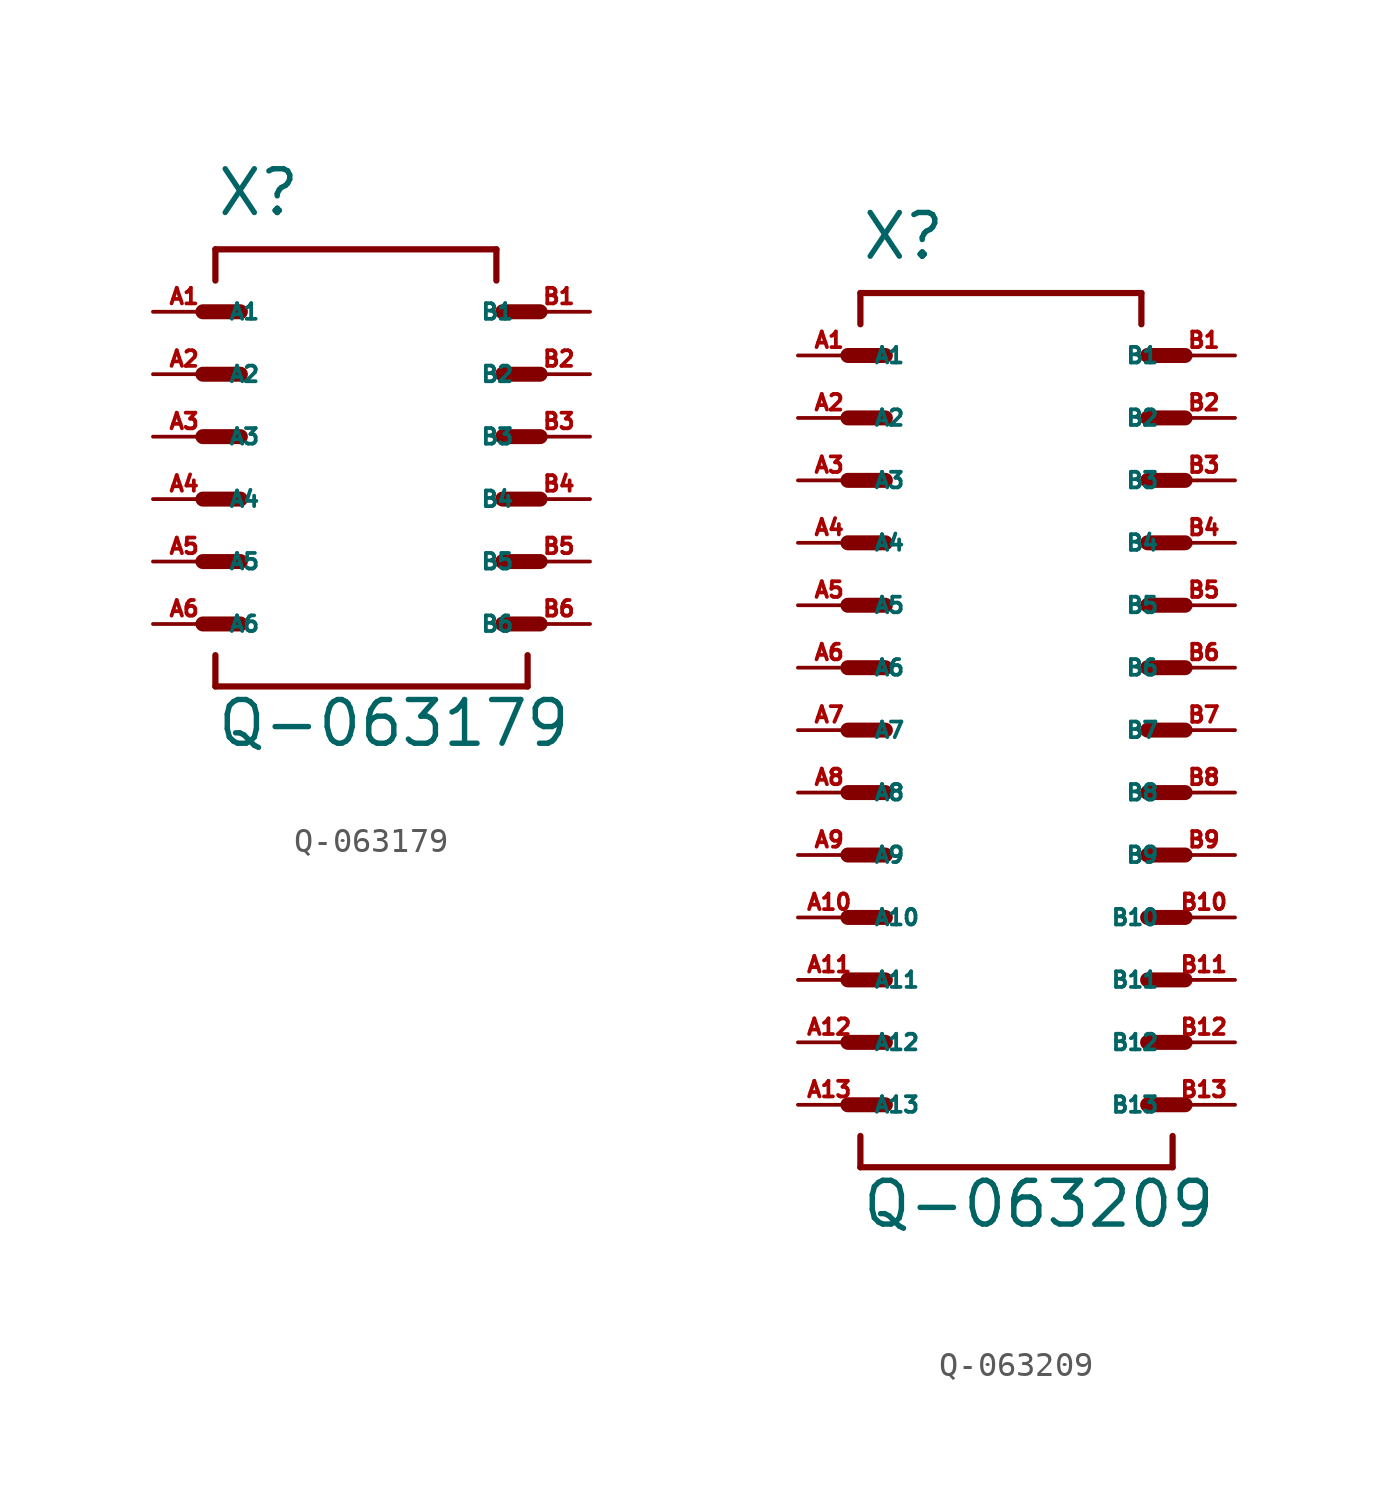
<source format=kicad_sym>
(kicad_symbol_lib
  (version 20220914)
  (generator Eagle2Kicad)
  (symbol "Q-063179"
    (property "Reference" "X"
      (at -5.08 8.89 0)
      (effects (font (size 1.778 1.778) (thickness 0.22)) (justify left bottom)))
    (property "Value" "Q-063179"
      (at -5.08 -12.7 0)
      (effects (font (size 1.778 1.778) (thickness 0.22)) (justify left bottom)))
    (polyline
      (pts (xy -5.588 5.08) (xy -4.064 5.08))
      (stroke (width 0.61) (type default))
      (fill (type none)))
    (polyline
      (pts (xy -5.588 2.54) (xy -4.064 2.54))
      (stroke (width 0.61) (type default))
      (fill (type none)))
    (polyline
      (pts (xy -5.588 0) (xy -4.064 0))
      (stroke (width 0.61) (type default))
      (fill (type none)))
    (polyline
      (pts (xy -5.588 -2.54) (xy -4.064 -2.54))
      (stroke (width 0.61) (type default))
      (fill (type none)))
    (polyline
      (pts (xy -5.588 -5.08) (xy -4.064 -5.08))
      (stroke (width 0.61) (type default))
      (fill (type none)))
    (polyline
      (pts (xy -5.588 -7.62) (xy -4.064 -7.62))
      (stroke (width 0.61) (type default))
      (fill (type none)))
    (polyline
      (pts (xy 8.128 -7.62) (xy 6.604 -7.62))
      (stroke (width 0.61) (type default))
      (fill (type none)))
    (polyline
      (pts (xy 8.128 -5.08) (xy 6.604 -5.08))
      (stroke (width 0.61) (type default))
      (fill (type none)))
    (polyline
      (pts (xy 8.128 -2.54) (xy 6.604 -2.54))
      (stroke (width 0.61) (type default))
      (fill (type none)))
    (polyline
      (pts (xy 8.128 0) (xy 6.604 0))
      (stroke (width 0.61) (type default))
      (fill (type none)))
    (polyline
      (pts (xy 8.128 2.54) (xy 6.604 2.54))
      (stroke (width 0.61) (type default))
      (fill (type none)))
    (polyline
      (pts (xy 8.128 5.08) (xy 6.604 5.08))
      (stroke (width 0.61) (type default))
      (fill (type none)))
    (polyline
      (pts (xy -5.08 6.35) (xy -5.08 7.62))
      (stroke (width 0.254) (type default))
      (fill (type none)))
    (polyline
      (pts (xy -5.08 7.62) (xy 6.35 7.62))
      (stroke (width 0.254) (type default))
      (fill (type none)))
    (polyline
      (pts (xy 6.35 7.62) (xy 6.35 6.35))
      (stroke (width 0.254) (type default))
      (fill (type none)))
    (polyline
      (pts (xy -5.08 -8.89) (xy -5.08 -10.16))
      (stroke (width 0.254) (type default))
      (fill (type none)))
    (polyline
      (pts (xy -5.08 -10.16) (xy 7.62 -10.16))
      (stroke (width 0.254) (type default))
      (fill (type none)))
    (polyline
      (pts (xy 7.62 -10.16) (xy 7.62 -8.89))
      (stroke (width 0.254) (type default))
      (fill (type none)))
    (pin passive line
      (at -7.62 5.08 0)
      (length 2.54)
      (name "A1" (effects (font (size 0.635 0.635) (thickness 0.08)) (justify left bottom)))
      (number "A1" (effects (font (size 0.635 0.635) (thickness 0.08)) (justify left bottom))))
    (pin passive line
      (at -7.62 2.54 0)
      (length 2.54)
      (name "A2" (effects (font (size 0.635 0.635) (thickness 0.08)) (justify left bottom)))
      (number "A2" (effects (font (size 0.635 0.635) (thickness 0.08)) (justify left bottom))))
    (pin passive line
      (at -7.62 0 0)
      (length 2.54)
      (name "A3" (effects (font (size 0.635 0.635) (thickness 0.08)) (justify left bottom)))
      (number "A3" (effects (font (size 0.635 0.635) (thickness 0.08)) (justify left bottom))))
    (pin passive line
      (at -7.62 -2.54 0)
      (length 2.54)
      (name "A4" (effects (font (size 0.635 0.635) (thickness 0.08)) (justify left bottom)))
      (number "A4" (effects (font (size 0.635 0.635) (thickness 0.08)) (justify left bottom))))
    (pin passive line
      (at -7.62 -5.08 0)
      (length 2.54)
      (name "A5" (effects (font (size 0.635 0.635) (thickness 0.08)) (justify left bottom)))
      (number "A5" (effects (font (size 0.635 0.635) (thickness 0.08)) (justify left bottom))))
    (pin passive line
      (at -7.62 -7.62 0)
      (length 2.54)
      (name "A6" (effects (font (size 0.635 0.635) (thickness 0.08)) (justify left bottom)))
      (number "A6" (effects (font (size 0.635 0.635) (thickness 0.08)) (justify left bottom))))
    (pin passive line
      (at 10.16 5.08 180)
      (length 2.54)
      (name "B1" (effects (font (size 0.635 0.635) (thickness 0.08)) (justify left bottom)))
      (number "B1" (effects (font (size 0.635 0.635) (thickness 0.08)) (justify left bottom))))
    (pin passive line
      (at 10.16 2.54 180)
      (length 2.54)
      (name "B2" (effects (font (size 0.635 0.635) (thickness 0.08)) (justify left bottom)))
      (number "B2" (effects (font (size 0.635 0.635) (thickness 0.08)) (justify left bottom))))
    (pin passive line
      (at 10.16 0 180)
      (length 2.54)
      (name "B3" (effects (font (size 0.635 0.635) (thickness 0.08)) (justify left bottom)))
      (number "B3" (effects (font (size 0.635 0.635) (thickness 0.08)) (justify left bottom))))
    (pin passive line
      (at 10.16 -2.54 180)
      (length 2.54)
      (name "B4" (effects (font (size 0.635 0.635) (thickness 0.08)) (justify left bottom)))
      (number "B4" (effects (font (size 0.635 0.635) (thickness 0.08)) (justify left bottom))))
    (pin passive line
      (at 10.16 -5.08 180)
      (length 2.54)
      (name "B5" (effects (font (size 0.635 0.635) (thickness 0.08)) (justify left bottom)))
      (number "B5" (effects (font (size 0.635 0.635) (thickness 0.08)) (justify left bottom))))
    (pin passive line
      (at 10.16 -7.62 180)
      (length 2.54)
      (name "B6" (effects (font (size 0.635 0.635) (thickness 0.08)) (justify left bottom)))
      (number "B6" (effects (font (size 0.635 0.635) (thickness 0.08)) (justify left bottom)))))
  (symbol "Q-063209"
    (property "Reference" "X"
      (at -5.08 19.05 0)
      (effects (font (size 1.778 1.778) (thickness 0.22)) (justify left bottom)))
    (property "Value" "Q-063209"
      (at -5.08 -20.32 0)
      (effects (font (size 1.778 1.778) (thickness 0.22)) (justify left bottom)))
    (polyline
      (pts (xy -5.588 15.24) (xy -4.064 15.24))
      (stroke (width 0.61) (type default))
      (fill (type none)))
    (polyline
      (pts (xy -5.588 12.7) (xy -4.064 12.7))
      (stroke (width 0.61) (type default))
      (fill (type none)))
    (polyline
      (pts (xy -5.588 10.16) (xy -4.064 10.16))
      (stroke (width 0.61) (type default))
      (fill (type none)))
    (polyline
      (pts (xy -5.588 7.62) (xy -4.064 7.62))
      (stroke (width 0.61) (type default))
      (fill (type none)))
    (polyline
      (pts (xy -5.588 5.08) (xy -4.064 5.08))
      (stroke (width 0.61) (type default))
      (fill (type none)))
    (polyline
      (pts (xy -5.588 2.54) (xy -4.064 2.54))
      (stroke (width 0.61) (type default))
      (fill (type none)))
    (polyline
      (pts (xy 8.128 2.54) (xy 6.604 2.54))
      (stroke (width 0.61) (type default))
      (fill (type none)))
    (polyline
      (pts (xy 8.128 5.08) (xy 6.604 5.08))
      (stroke (width 0.61) (type default))
      (fill (type none)))
    (polyline
      (pts (xy 8.128 7.62) (xy 6.604 7.62))
      (stroke (width 0.61) (type default))
      (fill (type none)))
    (polyline
      (pts (xy 8.128 10.16) (xy 6.604 10.16))
      (stroke (width 0.61) (type default))
      (fill (type none)))
    (polyline
      (pts (xy 8.128 12.7) (xy 6.604 12.7))
      (stroke (width 0.61) (type default))
      (fill (type none)))
    (polyline
      (pts (xy 8.128 15.24) (xy 6.604 15.24))
      (stroke (width 0.61) (type default))
      (fill (type none)))
    (polyline
      (pts (xy -5.08 16.51) (xy -5.08 17.78))
      (stroke (width 0.254) (type default))
      (fill (type none)))
    (polyline
      (pts (xy -5.08 17.78) (xy 6.35 17.78))
      (stroke (width 0.254) (type default))
      (fill (type none)))
    (polyline
      (pts (xy 6.35 17.78) (xy 6.35 16.51))
      (stroke (width 0.254) (type default))
      (fill (type none)))
    (polyline
      (pts (xy -5.08 -16.51) (xy -5.08 -17.78))
      (stroke (width 0.254) (type default))
      (fill (type none)))
    (polyline
      (pts (xy -5.08 -17.78) (xy 7.62 -17.78))
      (stroke (width 0.254) (type default))
      (fill (type none)))
    (polyline
      (pts (xy 7.62 -17.78) (xy 7.62 -16.51))
      (stroke (width 0.254) (type default))
      (fill (type none)))
    (polyline
      (pts (xy -5.588 0) (xy -4.064 0))
      (stroke (width 0.61) (type default))
      (fill (type none)))
    (polyline
      (pts (xy -5.588 -2.54) (xy -4.064 -2.54))
      (stroke (width 0.61) (type default))
      (fill (type none)))
    (polyline
      (pts (xy -5.588 -5.08) (xy -4.064 -5.08))
      (stroke (width 0.61) (type default))
      (fill (type none)))
    (polyline
      (pts (xy -5.588 -7.62) (xy -4.064 -7.62))
      (stroke (width 0.61) (type default))
      (fill (type none)))
    (polyline
      (pts (xy -5.588 -10.16) (xy -4.064 -10.16))
      (stroke (width 0.61) (type default))
      (fill (type none)))
    (polyline
      (pts (xy -5.588 -12.7) (xy -4.064 -12.7))
      (stroke (width 0.61) (type default))
      (fill (type none)))
    (polyline
      (pts (xy 8.128 -12.7) (xy 6.604 -12.7))
      (stroke (width 0.61) (type default))
      (fill (type none)))
    (polyline
      (pts (xy 8.128 -10.16) (xy 6.604 -10.16))
      (stroke (width 0.61) (type default))
      (fill (type none)))
    (polyline
      (pts (xy 8.128 -7.62) (xy 6.604 -7.62))
      (stroke (width 0.61) (type default))
      (fill (type none)))
    (polyline
      (pts (xy 8.128 -5.08) (xy 6.604 -5.08))
      (stroke (width 0.61) (type default))
      (fill (type none)))
    (polyline
      (pts (xy 8.128 -2.54) (xy 6.604 -2.54))
      (stroke (width 0.61) (type default))
      (fill (type none)))
    (polyline
      (pts (xy 8.128 0) (xy 6.604 0))
      (stroke (width 0.61) (type default))
      (fill (type none)))
    (polyline
      (pts (xy -5.588 -15.24) (xy -4.064 -15.24))
      (stroke (width 0.61) (type default))
      (fill (type none)))
    (polyline
      (pts (xy 8.128 -15.24) (xy 6.604 -15.24))
      (stroke (width 0.61) (type default))
      (fill (type none)))
    (pin passive line
      (at -7.62 15.24 0)
      (length 2.54)
      (name "A1" (effects (font (size 0.635 0.635) (thickness 0.08)) (justify left bottom)))
      (number "A1" (effects (font (size 0.635 0.635) (thickness 0.08)) (justify left bottom))))
    (pin passive line
      (at -7.62 12.7 0)
      (length 2.54)
      (name "A2" (effects (font (size 0.635 0.635) (thickness 0.08)) (justify left bottom)))
      (number "A2" (effects (font (size 0.635 0.635) (thickness 0.08)) (justify left bottom))))
    (pin passive line
      (at -7.62 10.16 0)
      (length 2.54)
      (name "A3" (effects (font (size 0.635 0.635) (thickness 0.08)) (justify left bottom)))
      (number "A3" (effects (font (size 0.635 0.635) (thickness 0.08)) (justify left bottom))))
    (pin passive line
      (at -7.62 7.62 0)
      (length 2.54)
      (name "A4" (effects (font (size 0.635 0.635) (thickness 0.08)) (justify left bottom)))
      (number "A4" (effects (font (size 0.635 0.635) (thickness 0.08)) (justify left bottom))))
    (pin passive line
      (at -7.62 5.08 0)
      (length 2.54)
      (name "A5" (effects (font (size 0.635 0.635) (thickness 0.08)) (justify left bottom)))
      (number "A5" (effects (font (size 0.635 0.635) (thickness 0.08)) (justify left bottom))))
    (pin passive line
      (at -7.62 2.54 0)
      (length 2.54)
      (name "A6" (effects (font (size 0.635 0.635) (thickness 0.08)) (justify left bottom)))
      (number "A6" (effects (font (size 0.635 0.635) (thickness 0.08)) (justify left bottom))))
    (pin passive line
      (at 10.16 15.24 180)
      (length 2.54)
      (name "B1" (effects (font (size 0.635 0.635) (thickness 0.08)) (justify left bottom)))
      (number "B1" (effects (font (size 0.635 0.635) (thickness 0.08)) (justify left bottom))))
    (pin passive line
      (at 10.16 12.7 180)
      (length 2.54)
      (name "B2" (effects (font (size 0.635 0.635) (thickness 0.08)) (justify left bottom)))
      (number "B2" (effects (font (size 0.635 0.635) (thickness 0.08)) (justify left bottom))))
    (pin passive line
      (at 10.16 10.16 180)
      (length 2.54)
      (name "B3" (effects (font (size 0.635 0.635) (thickness 0.08)) (justify left bottom)))
      (number "B3" (effects (font (size 0.635 0.635) (thickness 0.08)) (justify left bottom))))
    (pin passive line
      (at 10.16 7.62 180)
      (length 2.54)
      (name "B4" (effects (font (size 0.635 0.635) (thickness 0.08)) (justify left bottom)))
      (number "B4" (effects (font (size 0.635 0.635) (thickness 0.08)) (justify left bottom))))
    (pin passive line
      (at 10.16 5.08 180)
      (length 2.54)
      (name "B5" (effects (font (size 0.635 0.635) (thickness 0.08)) (justify left bottom)))
      (number "B5" (effects (font (size 0.635 0.635) (thickness 0.08)) (justify left bottom))))
    (pin passive line
      (at 10.16 2.54 180)
      (length 2.54)
      (name "B6" (effects (font (size 0.635 0.635) (thickness 0.08)) (justify left bottom)))
      (number "B6" (effects (font (size 0.635 0.635) (thickness 0.08)) (justify left bottom))))
    (pin passive line
      (at -7.62 0 0)
      (length 2.54)
      (name "A7" (effects (font (size 0.635 0.635) (thickness 0.08)) (justify left bottom)))
      (number "A7" (effects (font (size 0.635 0.635) (thickness 0.08)) (justify left bottom))))
    (pin passive line
      (at -7.62 -2.54 0)
      (length 2.54)
      (name "A8" (effects (font (size 0.635 0.635) (thickness 0.08)) (justify left bottom)))
      (number "A8" (effects (font (size 0.635 0.635) (thickness 0.08)) (justify left bottom))))
    (pin passive line
      (at -7.62 -5.08 0)
      (length 2.54)
      (name "A9" (effects (font (size 0.635 0.635) (thickness 0.08)) (justify left bottom)))
      (number "A9" (effects (font (size 0.635 0.635) (thickness 0.08)) (justify left bottom))))
    (pin passive line
      (at -7.62 -7.62 0)
      (length 2.54)
      (name "A10" (effects (font (size 0.635 0.635) (thickness 0.08)) (justify left bottom)))
      (number "A10" (effects (font (size 0.635 0.635) (thickness 0.08)) (justify left bottom))))
    (pin passive line
      (at -7.62 -10.16 0)
      (length 2.54)
      (name "A11" (effects (font (size 0.635 0.635) (thickness 0.08)) (justify left bottom)))
      (number "A11" (effects (font (size 0.635 0.635) (thickness 0.08)) (justify left bottom))))
    (pin passive line
      (at -7.62 -12.7 0)
      (length 2.54)
      (name "A12" (effects (font (size 0.635 0.635) (thickness 0.08)) (justify left bottom)))
      (number "A12" (effects (font (size 0.635 0.635) (thickness 0.08)) (justify left bottom))))
    (pin passive line
      (at 10.16 0 180)
      (length 2.54)
      (name "B7" (effects (font (size 0.635 0.635) (thickness 0.08)) (justify left bottom)))
      (number "B7" (effects (font (size 0.635 0.635) (thickness 0.08)) (justify left bottom))))
    (pin passive line
      (at 10.16 -2.54 180)
      (length 2.54)
      (name "B8" (effects (font (size 0.635 0.635) (thickness 0.08)) (justify left bottom)))
      (number "B8" (effects (font (size 0.635 0.635) (thickness 0.08)) (justify left bottom))))
    (pin passive line
      (at 10.16 -5.08 180)
      (length 2.54)
      (name "B9" (effects (font (size 0.635 0.635) (thickness 0.08)) (justify left bottom)))
      (number "B9" (effects (font (size 0.635 0.635) (thickness 0.08)) (justify left bottom))))
    (pin passive line
      (at 10.16 -7.62 180)
      (length 2.54)
      (name "B10" (effects (font (size 0.635 0.635) (thickness 0.08)) (justify left bottom)))
      (number "B10" (effects (font (size 0.635 0.635) (thickness 0.08)) (justify left bottom))))
    (pin passive line
      (at 10.16 -10.16 180)
      (length 2.54)
      (name "B11" (effects (font (size 0.635 0.635) (thickness 0.08)) (justify left bottom)))
      (number "B11" (effects (font (size 0.635 0.635) (thickness 0.08)) (justify left bottom))))
    (pin passive line
      (at 10.16 -12.7 180)
      (length 2.54)
      (name "B12" (effects (font (size 0.635 0.635) (thickness 0.08)) (justify left bottom)))
      (number "B12" (effects (font (size 0.635 0.635) (thickness 0.08)) (justify left bottom))))
    (pin passive line
      (at -7.62 -15.24 0)
      (length 2.54)
      (name "A13" (effects (font (size 0.635 0.635) (thickness 0.08)) (justify left bottom)))
      (number "A13" (effects (font (size 0.635 0.635) (thickness 0.08)) (justify left bottom))))
    (pin passive line
      (at 10.16 -15.24 180)
      (length 2.54)
      (name "B13" (effects (font (size 0.635 0.635) (thickness 0.08)) (justify left bottom)))
      (number "B13" (effects (font (size 0.635 0.635) (thickness 0.08)) (justify left bottom))))))
</source>
